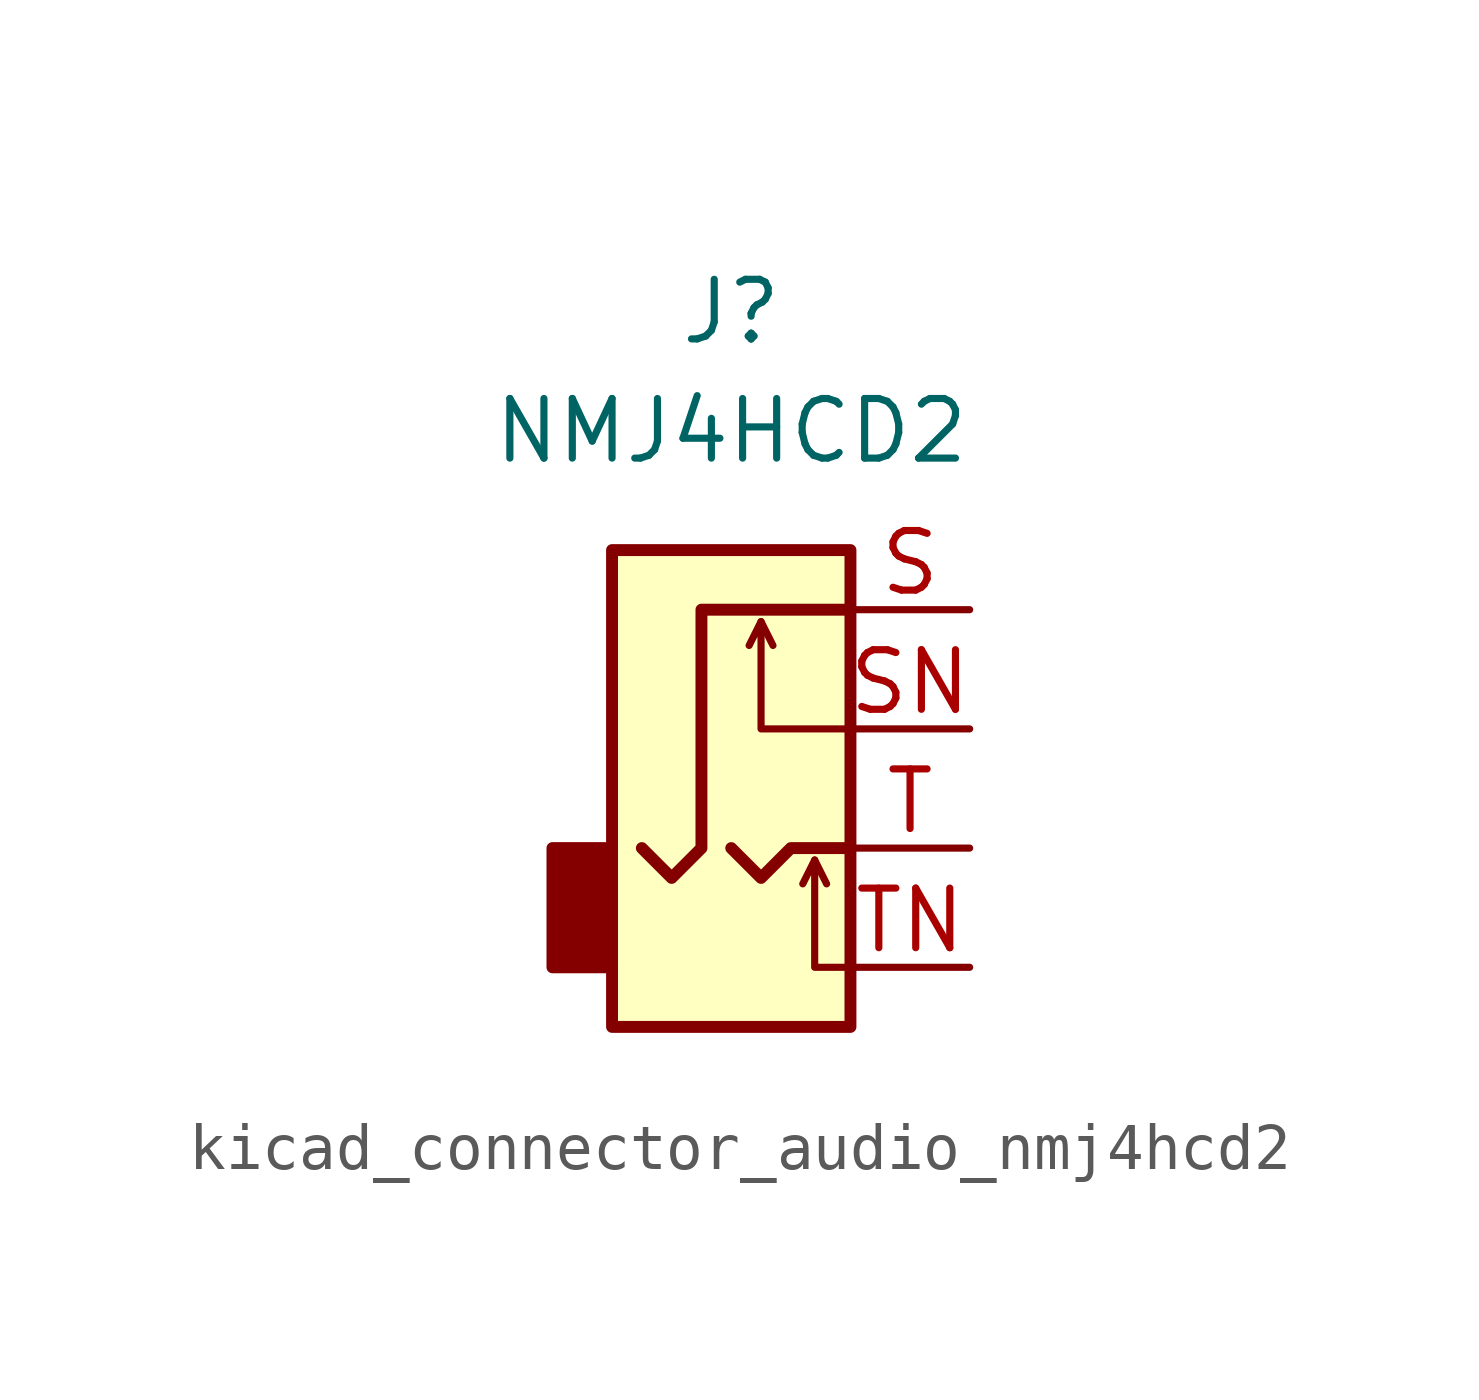
<source format=kicad_sym>
(kicad_symbol_lib
  (version 20220914)
  (generator kicad_symbol_editor)
  (symbol "kicad_connector_audio_nmj4hcd2"
    (property "Reference" "J"
      (at 0 11.43 0)
      (effects (font (size 1.27 1.27))))
    (property "Value" "NMJ4HCD2"
      (at 0 8.89 0)
      (effects (font (size 1.27 1.27))))
    (symbol "kicad_connector_audio_nmj4hcd2_0_1"
      (rectangle (start -2.54 0) (end -3.81 -2.54) (stroke (width 0.254) (type default)) (fill (type outline)))
      (rectangle (start 2.54 6.35) (end -2.54 -3.81) (stroke (width 0.254) (type default)) (fill (type background))))
    (symbol "kicad_connector_audio_nmj4hcd2_1_1"
      (polyline (pts (xy 0.635 4.826) (xy 0.889 4.318)) (stroke (width 0) (type default)) (fill (type none)))
      (polyline (pts (xy 1.778 -0.254) (xy 2.032 -0.762)) (stroke (width 0) (type default)) (fill (type none)))
      (polyline (pts (xy 0 0) (xy 0.635 -0.635) (xy 1.27 0) (xy 2.54 0)) (stroke (width 0.254) (type default)) (fill (type none)))
      (polyline (pts (xy 2.54 -2.54) (xy 1.778 -2.54) (xy 1.778 -0.254) (xy 1.524 -0.762)) (stroke (width 0) (type default)) (fill (type none)))
      (polyline (pts (xy 2.54 2.54) (xy 0.635 2.54) (xy 0.635 4.826) (xy 0.381 4.318)) (stroke (width 0) (type default)) (fill (type none)))
      (polyline (pts (xy 2.54 5.08) (xy -0.635 5.08) (xy -0.635 0) (xy -1.27 -0.635) (xy -1.905 0)) (stroke (width 0.254) (type default)) (fill (type none)))
      (pin passive line (at 5.08 5.08 180) (length 2.54) (name "~" (effects (font (size 1.27 1.27)))) (number "S" (effects (font (size 1.27 1.27)))))
      (pin passive line (at 5.08 2.54 180) (length 2.54) (name "~" (effects (font (size 1.27 1.27)))) (number "SN" (effects (font (size 1.27 1.27)))))
      (pin passive line (at 5.08 0 180) (length 2.54) (name "~" (effects (font (size 1.27 1.27)))) (number "T" (effects (font (size 1.27 1.27)))))
      (pin passive line (at 5.08 -2.54 180) (length 2.54) (name "~" (effects (font (size 1.27 1.27)))) (number "TN" (effects (font (size 1.27 1.27))))))))
</source>
